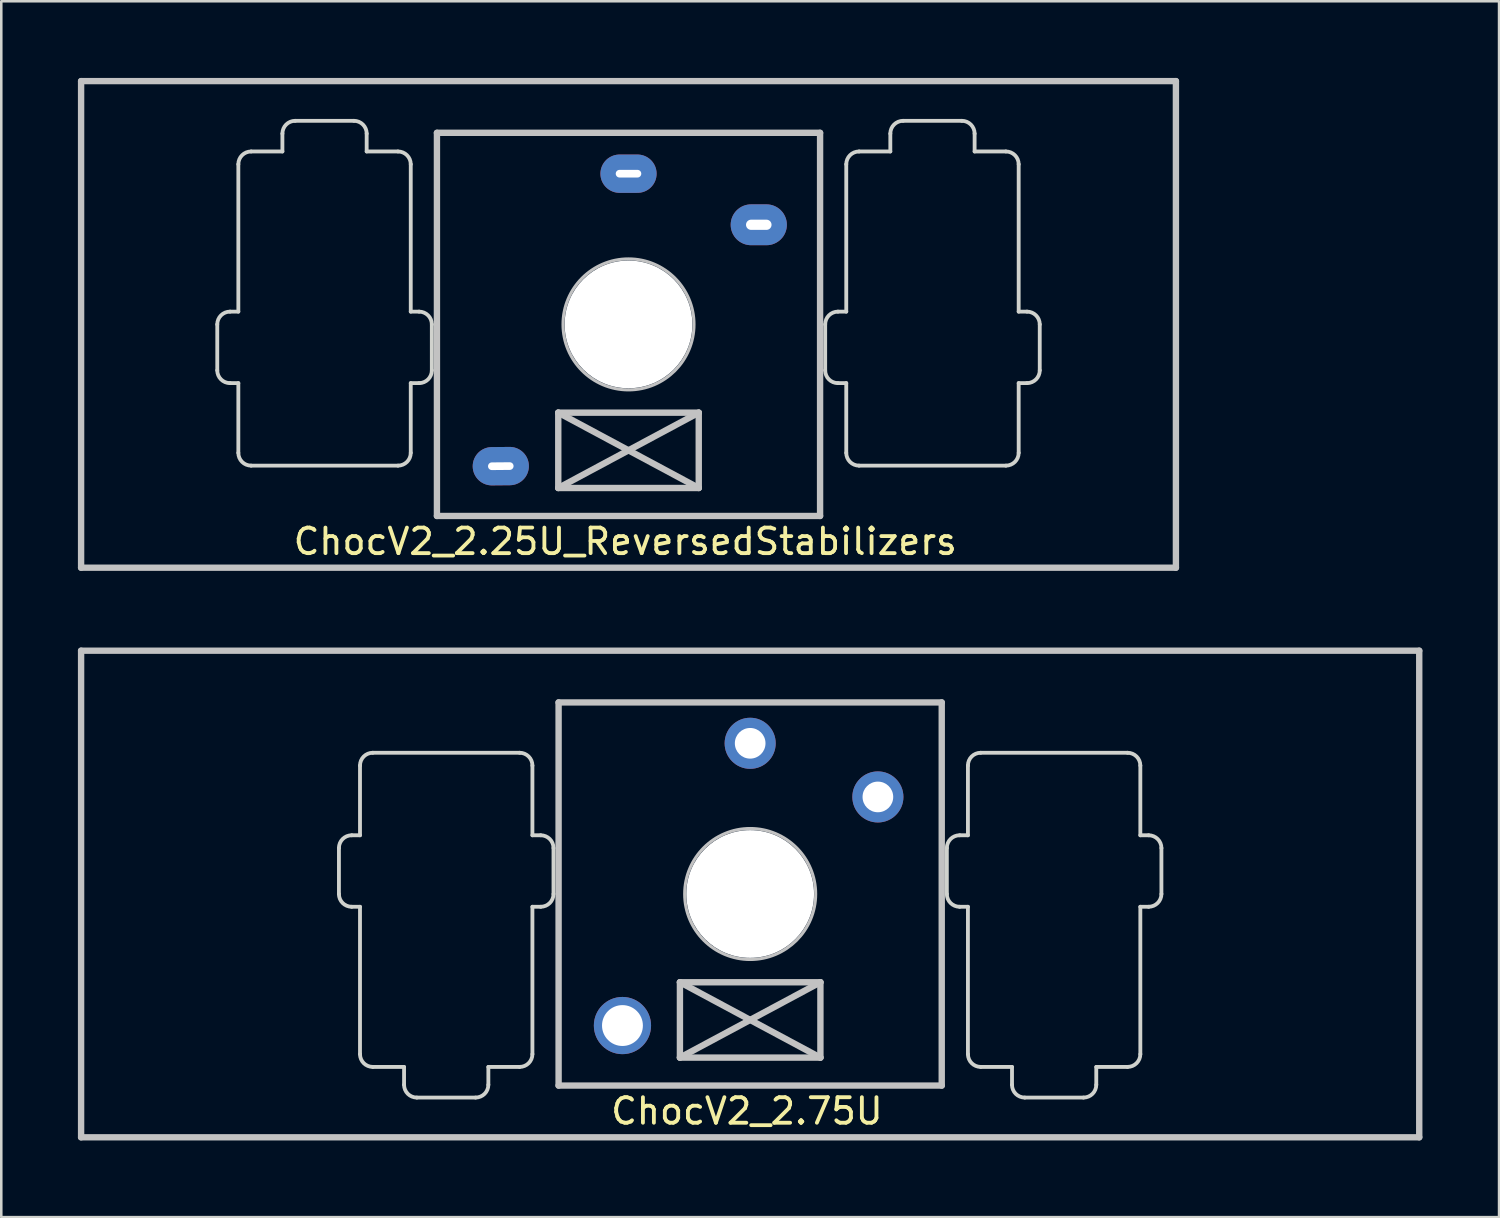
<source format=kicad_pcb>
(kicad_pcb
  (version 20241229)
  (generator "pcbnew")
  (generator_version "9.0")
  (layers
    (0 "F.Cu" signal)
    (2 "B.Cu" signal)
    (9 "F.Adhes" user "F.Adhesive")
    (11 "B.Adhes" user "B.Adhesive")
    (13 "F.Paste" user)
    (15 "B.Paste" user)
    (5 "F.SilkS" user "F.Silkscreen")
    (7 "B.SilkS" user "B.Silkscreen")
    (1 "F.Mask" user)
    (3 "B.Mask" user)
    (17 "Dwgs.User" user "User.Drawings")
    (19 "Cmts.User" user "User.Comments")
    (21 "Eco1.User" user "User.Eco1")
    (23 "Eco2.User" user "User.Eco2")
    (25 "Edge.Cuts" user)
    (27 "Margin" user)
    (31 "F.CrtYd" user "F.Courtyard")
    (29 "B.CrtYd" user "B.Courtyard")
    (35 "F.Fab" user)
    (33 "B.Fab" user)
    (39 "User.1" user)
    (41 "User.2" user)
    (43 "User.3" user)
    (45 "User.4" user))
  (footprint "ChocV2_2.75U"
    (layer "F.Cu")
    (at 26.319 31.95)
    (property "Reference" "ChocV2_2.75U" (at -0.127 8.5 0) (layer "F.SilkS") (effects (font (size 1 1) (thickness 0.15))))
    (attr through_hole)
    (fp_line (start -26.194 -9.525) (end 26.194 -9.525) (stroke (width 0.25) (type solid)) (layer "Dwgs.User"))
    (fp_line (start -26.194 9.525) (end -26.194 -9.525) (stroke (width 0.25) (type solid)) (layer "Dwgs.User"))
    (fp_line (start -26.194 9.525) (end 26.194 9.525) (stroke (width 0.25) (type solid)) (layer "Dwgs.User"))
    (fp_line (start -7.5 -7.5) (end 7.5 -7.5) (stroke (width 0.25) (type solid)) (layer "Dwgs.User"))
    (fp_line (start -7.5 7.5) (end -7.5 -7.5) (stroke (width 0.25) (type solid)) (layer "Dwgs.User"))
    (fp_line (start -2.75 3.455) (end -2.75 6.405) (stroke (width 0.25) (type solid)) (layer "Dwgs.User"))
    (fp_line (start -2.75 3.455) (end 2.75 6.405) (stroke (width 0.25) (type solid)) (layer "Dwgs.User"))
    (fp_line (start -2.75 6.405) (end 2.75 3.455) (stroke (width 0.25) (type solid)) (layer "Dwgs.User"))
    (fp_line (start -2.75 6.405) (end 2.75 6.405) (stroke (width 0.25) (type solid)) (layer "Dwgs.User"))
    (fp_line (start 2.75 3.455) (end -2.75 3.455) (stroke (width 0.25) (type solid)) (layer "Dwgs.User"))
    (fp_line (start 2.75 6.405) (end 2.75 3.455) (stroke (width 0.25) (type solid)) (layer "Dwgs.User"))
    (fp_line (start 7.5 -7.5) (end 7.5 7.5) (stroke (width 0.25) (type solid)) (layer "Dwgs.User"))
    (fp_line (start 7.5 7.5) (end -7.5 7.5) (stroke (width 0.25) (type solid)) (layer "Dwgs.User"))
    (fp_line (start 26.194 -9.525) (end 26.194 9.525) (stroke (width 0.25) (type solid)) (layer "Dwgs.User"))
    (fp_circle (center 0 0) (end -0.711 -2.464) (stroke (width 0.12) (type solid)) (fill no) (layer "Dwgs.User"))
    (fp_line (start -16.1 -1.799) (end -16.1 -0.00025) (stroke (width 0.15) (type solid)) (layer "Edge.Cuts"))
    (fp_line (start -15.6 0.5) (end -15.275 0.5) (stroke (width 0.15) (type solid)) (layer "Edge.Cuts"))
    (fp_line (start -15.275 -5.029) (end -15.275 -2.299) (stroke (width 0.15) (type solid)) (layer "Edge.Cuts"))
    (fp_line (start -15.275 -2.299) (end -15.6 -2.299) (stroke (width 0.15) (type solid)) (layer "Edge.Cuts"))
    (fp_line (start -15.275 0.5) (end -15.275 6.27) (stroke (width 0.15) (type solid)) (layer "Edge.Cuts"))
    (fp_line (start -14.775 6.77) (end -13.55 6.77) (stroke (width 0.15) (type solid)) (layer "Edge.Cuts"))
    (fp_line (start -14.775 -5.529) (end -9.025 -5.529) (stroke (width 0.15) (type solid)) (layer "Edge.Cuts"))
    (fp_line (start -13.55 6.77) (end -13.55 7.47) (stroke (width 0.15) (type solid)) (layer "Edge.Cuts"))
    (fp_line (start -10.75 7.97) (end -13.05 7.97) (stroke (width 0.15) (type solid)) (layer "Edge.Cuts"))
    (fp_line (start -10.25 6.77) (end -9.025 6.77) (stroke (width 0.15) (type solid)) (layer "Edge.Cuts"))
    (fp_line (start -10.25 7.47) (end -10.25 6.77) (stroke (width 0.15) (type solid)) (layer "Edge.Cuts"))
    (fp_line (start -8.525 0.5) (end -8.525 6.27) (stroke (width 0.15) (type solid)) (layer "Edge.Cuts"))
    (fp_line (start -8.525 -2.299) (end -8.2 -2.299) (stroke (width 0.15) (type solid)) (layer "Edge.Cuts"))
    (fp_line (start -8.525 -5.029) (end -8.525 -2.299) (stroke (width 0.15) (type solid)) (layer "Edge.Cuts"))
    (fp_line (start -8.2 0.5) (end -8.525 0.5) (stroke (width 0.15) (type solid)) (layer "Edge.Cuts"))
    (fp_line (start -7.7 -1.799) (end -7.7 -0.000156) (stroke (width 0.15) (type solid)) (layer "Edge.Cuts"))
    (fp_line (start 7.7 -1.799) (end 7.7 -0.000156) (stroke (width 0.15) (type solid)) (layer "Edge.Cuts"))
    (fp_line (start 8.2 0.5) (end 8.525 0.5) (stroke (width 0.15) (type solid)) (layer "Edge.Cuts"))
    (fp_line (start 8.525 -2.299) (end 8.2 -2.299) (stroke (width 0.15) (type solid)) (layer "Edge.Cuts"))
    (fp_line (start 8.525 0.5) (end 8.525 6.27) (stroke (width 0.15) (type solid)) (layer "Edge.Cuts"))
    (fp_line (start 8.525 -5.029) (end 8.525 -2.299) (stroke (width 0.15) (type solid)) (layer "Edge.Cuts"))
    (fp_line (start 9.025 6.77) (end 10.251 6.77) (stroke (width 0.15) (type solid)) (layer "Edge.Cuts"))
    (fp_line (start 10.251 6.77) (end 10.251 7.47) (stroke (width 0.15) (type solid)) (layer "Edge.Cuts"))
    (fp_line (start 10.751 7.97) (end 13.05 7.97) (stroke (width 0.15) (type solid)) (layer "Edge.Cuts"))
    (fp_line (start 13.55 6.77) (end 14.775 6.77) (stroke (width 0.15) (type solid)) (layer "Edge.Cuts"))
    (fp_line (start 13.55 7.47) (end 13.55 6.77) (stroke (width 0.15) (type solid)) (layer "Edge.Cuts"))
    (fp_line (start 14.775 -5.529) (end 9.025 -5.529) (stroke (width 0.15) (type solid)) (layer "Edge.Cuts"))
    (fp_line (start 15.275 -2.299) (end 15.275 -5.029) (stroke (width 0.15) (type solid)) (layer "Edge.Cuts"))
    (fp_line (start 15.275 0.5) (end 15.6 0.5) (stroke (width 0.15) (type solid)) (layer "Edge.Cuts"))
    (fp_line (start 15.275 6.27) (end 15.275 0.5) (stroke (width 0.15) (type solid)) (layer "Edge.Cuts"))
    (fp_line (start 15.6 -2.299) (end 15.275 -2.299) (stroke (width 0.15) (type solid)) (layer "Edge.Cuts"))
    (fp_line (start 16.1 -0.00025) (end 16.1 -1.799) (stroke (width 0.15) (type solid)) (layer "Edge.Cuts"))
    (fp_arc (start -16.100249 -1.799149) (mid -15.953803 -2.152703) (end -15.60025 -2.29915) (stroke (width 0.15) (type solid)) (layer "Edge.Cuts"))
    (fp_arc (start -15.600249 0.499751) (mid -15.953803 0.353304) (end -16.10025 -0.00025) (stroke (width 0.15) (type solid)) (layer "Edge.Cuts"))
    (fp_arc (start -15.274751 -5.029249) (mid -15.128304 -5.382803) (end -14.77475 -5.52925) (stroke (width 0.15) (type solid)) (layer "Edge.Cuts"))
    (fp_arc (start -14.77475 6.769649) (mid -15.128303 6.623202) (end -15.27475 6.269649) (stroke (width 0.15) (type solid)) (layer "Edge.Cuts"))
    (fp_arc (start -13.04965 7.969849) (mid -13.403203 7.823402) (end -13.54965 7.469849) (stroke (width 0.15) (type solid)) (layer "Edge.Cuts"))
    (fp_arc (start -10.25045 7.469849) (mid -10.396897 7.823402) (end -10.75045 7.969849) (stroke (width 0.15) (type solid)) (layer "Edge.Cuts"))
    (fp_arc (start -9.025049 -5.529186) (mid -8.671499 -5.382731) (end -8.525061 -5.029174) (stroke (width 0.15) (type solid)) (layer "Edge.Cuts"))
    (fp_arc (start -8.525312 6.269724) (mid -8.671766 6.623274) (end -9.025323 6.769713) (stroke (width 0.15) (type solid)) (layer "Edge.Cuts"))
    (fp_arc (start -8.199621 -2.299067) (mid -7.846071 -2.152613) (end -7.699632 -1.799056) (stroke (width 0.15) (type solid)) (layer "Edge.Cuts"))
    (fp_arc (start -7.699673 -0.000156) (mid -7.846127 0.353393) (end -8.199683 0.499832) (stroke (width 0.15) (type solid)) (layer "Edge.Cuts"))
    (fp_arc (start 7.699632 -1.799056) (mid 7.846071 -2.152613) (end 8.199621 -2.299067) (stroke (width 0.15) (type solid)) (layer "Edge.Cuts"))
    (fp_arc (start 8.199683 0.499833) (mid 7.846126 0.353394) (end 7.699672 -0.000156) (stroke (width 0.15) (type solid)) (layer "Edge.Cuts"))
    (fp_arc (start 8.525449 -5.029251) (mid 8.671896 -5.382804) (end 9.02545 -5.52925) (stroke (width 0.15) (type solid)) (layer "Edge.Cuts"))
    (fp_arc (start 9.025451 6.769649) (mid 8.671905 6.623211) (end 8.52545 6.269673) (stroke (width 0.15) (type solid)) (layer "Edge.Cuts"))
    (fp_arc (start 10.75055 7.969849) (mid 10.396997 7.823402) (end 10.25055 7.469849) (stroke (width 0.15) (type solid)) (layer "Edge.Cuts"))
    (fp_arc (start 13.549649 7.469849) (mid 13.403202 7.823402) (end 13.049649 7.969849) (stroke (width 0.15) (type solid)) (layer "Edge.Cuts"))
    (fp_arc (start 14.774749 -5.529249) (mid 15.128302 -5.382802) (end 15.274749 -5.029249) (stroke (width 0.15) (type solid)) (layer "Edge.Cuts"))
    (fp_arc (start 15.274749 6.269649) (mid 15.128302 6.623202) (end 14.774749 6.769649) (stroke (width 0.15) (type solid)) (layer "Edge.Cuts"))
    (fp_arc (start 15.600249 -2.29915) (mid 15.953802 -2.152703) (end 16.100249 -1.79915) (stroke (width 0.15) (type solid)) (layer "Edge.Cuts"))
    (fp_arc (start 16.100248 -0.00025) (mid 15.953802 0.353303) (end 15.600249 0.499749) (stroke (width 0.15) (type solid)) (layer "Edge.Cuts"))
    (pad "" np_thru_hole circle (at 0 0 90) (size 5 5) (drill 5) (layers "*.Cu" "*.Mask"))
    (pad "1" thru_hole circle (at 5 -3.8 90) (size 2 2) (drill 1.2) (layers "*.Cu" "*.Mask"))
    (pad "2" thru_hole circle (at 0 -5.9 90) (size 2 2) (drill 1.2) (layers "*.Cu" "*.Mask"))
    (pad "NC" thru_hole circle (at -5 5.15 90) (size 2.24 2.24) (drill 1.6) (layers "*.Cu" "*.Mask")))
  (footprint "ChocV2_2.25U_ReversedStabilizers"
    (layer "F.Cu")
    (at 21.556 9.65)
    (property "Reference" "ChocV2_2.25U_ReversedStabilizers" (at -0.127 8.5 0) (layer "F.SilkS") (effects (font (size 1 1) (thickness 0.15))))
    (attr through_hole)
    (fp_line (start -21.431 9.525) (end -21.431 -9.525) (stroke (width 0.25) (type solid)) (layer "Dwgs.User"))
    (fp_line (start -7.5 -7.5) (end 7.5 -7.5) (stroke (width 0.25) (type solid)) (layer "Dwgs.User"))
    (fp_line (start -7.5 7.5) (end -7.5 -7.5) (stroke (width 0.25) (type solid)) (layer "Dwgs.User"))
    (fp_line (start -2.75 3.455) (end -2.75 6.405) (stroke (width 0.25) (type solid)) (layer "Dwgs.User"))
    (fp_line (start -2.75 3.455) (end 2.75 6.405) (stroke (width 0.25) (type solid)) (layer "Dwgs.User"))
    (fp_line (start -2.75 6.405) (end 2.75 3.455) (stroke (width 0.25) (type solid)) (layer "Dwgs.User"))
    (fp_line (start -2.75 6.405) (end 2.75 6.405) (stroke (width 0.25) (type solid)) (layer "Dwgs.User"))
    (fp_line (start 2.75 3.455) (end -2.75 3.455) (stroke (width 0.25) (type solid)) (layer "Dwgs.User"))
    (fp_line (start 2.75 6.405) (end 2.75 3.455) (stroke (width 0.25) (type solid)) (layer "Dwgs.User"))
    (fp_line (start 7.5 -7.5) (end 7.5 7.5) (stroke (width 0.25) (type solid)) (layer "Dwgs.User"))
    (fp_line (start 7.5 7.5) (end -7.5 7.5) (stroke (width 0.25) (type solid)) (layer "Dwgs.User"))
    (fp_line (start 21.431 -9.525) (end -21.431 -9.525) (stroke (width 0.25) (type solid)) (layer "Dwgs.User"))
    (fp_line (start 21.431 -9.525) (end 21.431 9.525) (stroke (width 0.25) (type solid)) (layer "Dwgs.User"))
    (fp_line (start 21.431 9.525) (end -21.431 9.525) (stroke (width 0.25) (type solid)) (layer "Dwgs.User"))
    (fp_circle (center 0 0) (end -0.711 -2.464) (stroke (width 0.12) (type solid)) (fill no) (layer "Dwgs.User"))
    (fp_line (start -16.1 0.00025) (end -16.1 1.799) (stroke (width 0.15) (type solid)) (layer "Edge.Cuts"))
    (fp_line (start -15.6 2.299) (end -15.275 2.299) (stroke (width 0.15) (type solid)) (layer "Edge.Cuts"))
    (fp_line (start -15.275 -6.27) (end -15.275 -0.5) (stroke (width 0.15) (type solid)) (layer "Edge.Cuts"))
    (fp_line (start -15.275 -0.5) (end -15.6 -0.5) (stroke (width 0.15) (type solid)) (layer "Edge.Cuts"))
    (fp_line (start -15.275 2.299) (end -15.275 5.029) (stroke (width 0.15) (type solid)) (layer "Edge.Cuts"))
    (fp_line (start -14.775 5.529) (end -9.025 5.529) (stroke (width 0.15) (type solid)) (layer "Edge.Cuts"))
    (fp_line (start -13.55 -7.47) (end -13.55 -6.77) (stroke (width 0.15) (type solid)) (layer "Edge.Cuts"))
    (fp_line (start -13.55 -6.77) (end -14.775 -6.77) (stroke (width 0.15) (type solid)) (layer "Edge.Cuts"))
    (fp_line (start -10.751 -7.97) (end -13.05 -7.97) (stroke (width 0.15) (type solid)) (layer "Edge.Cuts"))
    (fp_line (start -10.251 -6.77) (end -10.251 -7.47) (stroke (width 0.15) (type solid)) (layer "Edge.Cuts"))
    (fp_line (start -9.025 -6.77) (end -10.251 -6.77) (stroke (width 0.15) (type solid)) (layer "Edge.Cuts"))
    (fp_line (start -8.525 5.029) (end -8.525 2.299) (stroke (width 0.15) (type solid)) (layer "Edge.Cuts"))
    (fp_line (start -8.525 -0.5) (end -8.525 -6.27) (stroke (width 0.15) (type solid)) (layer "Edge.Cuts"))
    (fp_line (start -8.525 2.299) (end -8.2 2.299) (stroke (width 0.15) (type solid)) (layer "Edge.Cuts"))
    (fp_line (start -8.2 -0.5) (end -8.525 -0.5) (stroke (width 0.15) (type solid)) (layer "Edge.Cuts"))
    (fp_line (start -7.7 1.799) (end -7.7 0.000156) (stroke (width 0.15) (type solid)) (layer "Edge.Cuts"))
    (fp_line (start 7.7 1.799) (end 7.7 0.000156) (stroke (width 0.15) (type solid)) (layer "Edge.Cuts"))
    (fp_line (start 8.2 -0.5) (end 8.525 -0.5) (stroke (width 0.15) (type solid)) (layer "Edge.Cuts"))
    (fp_line (start 8.525 5.029) (end 8.525 2.299) (stroke (width 0.15) (type solid)) (layer "Edge.Cuts"))
    (fp_line (start 8.525 2.299) (end 8.2 2.299) (stroke (width 0.15) (type solid)) (layer "Edge.Cuts"))
    (fp_line (start 8.525 -0.5) (end 8.525 -6.27) (stroke (width 0.15) (type solid)) (layer "Edge.Cuts"))
    (fp_line (start 10.25 -7.47) (end 10.25 -6.77) (stroke (width 0.15) (type solid)) (layer "Edge.Cuts"))
    (fp_line (start 10.25 -6.77) (end 9.025 -6.77) (stroke (width 0.15) (type solid)) (layer "Edge.Cuts"))
    (fp_line (start 10.75 -7.97) (end 13.05 -7.97) (stroke (width 0.15) (type solid)) (layer "Edge.Cuts"))
    (fp_line (start 13.55 -6.77) (end 13.55 -7.47) (stroke (width 0.15) (type solid)) (layer "Edge.Cuts"))
    (fp_line (start 14.775 5.529) (end 9.025 5.529) (stroke (width 0.15) (type solid)) (layer "Edge.Cuts"))
    (fp_line (start 14.775 -6.77) (end 13.55 -6.77) (stroke (width 0.15) (type solid)) (layer "Edge.Cuts"))
    (fp_line (start 15.275 -0.5) (end 15.275 -6.27) (stroke (width 0.15) (type solid)) (layer "Edge.Cuts"))
    (fp_line (start 15.275 2.299) (end 15.6 2.299) (stroke (width 0.15) (type solid)) (layer "Edge.Cuts"))
    (fp_line (start 15.275 5.029) (end 15.275 2.299) (stroke (width 0.15) (type solid)) (layer "Edge.Cuts"))
    (fp_line (start 15.6 -0.5) (end 15.275 -0.5) (stroke (width 0.15) (type solid)) (layer "Edge.Cuts"))
    (fp_line (start 16.1 1.799) (end 16.1 0.00025) (stroke (width 0.15) (type solid)) (layer "Edge.Cuts"))
    (fp_arc (start -16.100248 0.00025) (mid -15.953802 -0.353303) (end -15.600249 -0.499749) (stroke (width 0.15) (type solid)) (layer "Edge.Cuts"))
    (fp_arc (start -15.600249 2.29915) (mid -15.953802 2.152703) (end -16.100249 1.79915) (stroke (width 0.15) (type solid)) (layer "Edge.Cuts"))
    (fp_arc (start -15.274749 -6.269649) (mid -15.128302 -6.623202) (end -14.774749 -6.769649) (stroke (width 0.15) (type solid)) (layer "Edge.Cuts"))
    (fp_arc (start -14.774749 5.529249) (mid -15.128302 5.382802) (end -15.274749 5.029249) (stroke (width 0.15) (type solid)) (layer "Edge.Cuts"))
    (fp_arc (start -13.549649 -7.469849) (mid -13.403202 -7.823402) (end -13.049649 -7.969849) (stroke (width 0.15) (type solid)) (layer "Edge.Cuts"))
    (fp_arc (start -10.75055 -7.969849) (mid -10.396997 -7.823402) (end -10.25055 -7.469849) (stroke (width 0.15) (type solid)) (layer "Edge.Cuts"))
    (fp_arc (start -9.025451 -6.769649) (mid -8.671905 -6.623211) (end -8.52545 -6.269673) (stroke (width 0.15) (type solid)) (layer "Edge.Cuts"))
    (fp_arc (start -8.525449 5.029251) (mid -8.671896 5.382804) (end -9.02545 5.52925) (stroke (width 0.15) (type solid)) (layer "Edge.Cuts"))
    (fp_arc (start -8.199683 -0.499833) (mid -7.846126 -0.353394) (end -7.699672 0.000156) (stroke (width 0.15) (type solid)) (layer "Edge.Cuts"))
    (fp_arc (start -7.699632 1.799056) (mid -7.846071 2.152613) (end -8.199621 2.299067) (stroke (width 0.15) (type solid)) (layer "Edge.Cuts"))
    (fp_arc (start 7.699673 0.000156) (mid 7.846127 -0.353393) (end 8.199683 -0.499832) (stroke (width 0.15) (type solid)) (layer "Edge.Cuts"))
    (fp_arc (start 8.199621 2.299067) (mid 7.846071 2.152613) (end 7.699632 1.799056) (stroke (width 0.15) (type solid)) (layer "Edge.Cuts"))
    (fp_arc (start 8.525312 -6.269724) (mid 8.671766 -6.623274) (end 9.025323 -6.769713) (stroke (width 0.15) (type solid)) (layer "Edge.Cuts"))
    (fp_arc (start 9.025049 5.529186) (mid 8.671499 5.382731) (end 8.525061 5.029174) (stroke (width 0.15) (type solid)) (layer "Edge.Cuts"))
    (fp_arc (start 10.25045 -7.469849) (mid 10.396897 -7.823402) (end 10.75045 -7.969849) (stroke (width 0.15) (type solid)) (layer "Edge.Cuts"))
    (fp_arc (start 13.04965 -7.969849) (mid 13.403203 -7.823402) (end 13.54965 -7.469849) (stroke (width 0.15) (type solid)) (layer "Edge.Cuts"))
    (fp_arc (start 14.77475 -6.769649) (mid 15.128303 -6.623202) (end 15.27475 -6.269649) (stroke (width 0.15) (type solid)) (layer "Edge.Cuts"))
    (fp_arc (start 15.274751 5.029249) (mid 15.128304 5.382803) (end 14.77475 5.52925) (stroke (width 0.15) (type solid)) (layer "Edge.Cuts"))
    (fp_arc (start 15.600249 -0.499751) (mid 15.953803 -0.353304) (end 16.10025 0.00025) (stroke (width 0.15) (type solid)) (layer "Edge.Cuts"))
    (fp_arc (start 16.100249 1.799149) (mid 15.953803 2.152703) (end 15.60025 2.29915) (stroke (width 0.15) (type solid)) (layer "Edge.Cuts"))
    (pad "" np_thru_hole circle (at 0 0 90) (size 5 5) (drill 5) (layers "*.Cu" "*.Mask"))
    (pad "1" thru_hole oval (at 5.1 -3.9 180) (size 2.2 1.6) (drill oval 1 0.4) (layers "*.Cu" "B.Mask"))
    (pad "2" thru_hole oval (at 0 -5.9 180) (size 2.2 1.5) (drill oval 1 0.3) (layers "*.Cu" "B.Mask"))
    (pad "NC" thru_hole oval (at -5 5.55 180.5) (size 2.2 1.5) (drill oval 1 0.3) (layers "*.Cu" "B.Mask")))
  (gr_rect
    (start -3 -3)
    (end 55.638 44.6)
    (stroke (width 0.1) (type default))
    (fill no)
    (layer "Edge.Cuts")))
</source>
